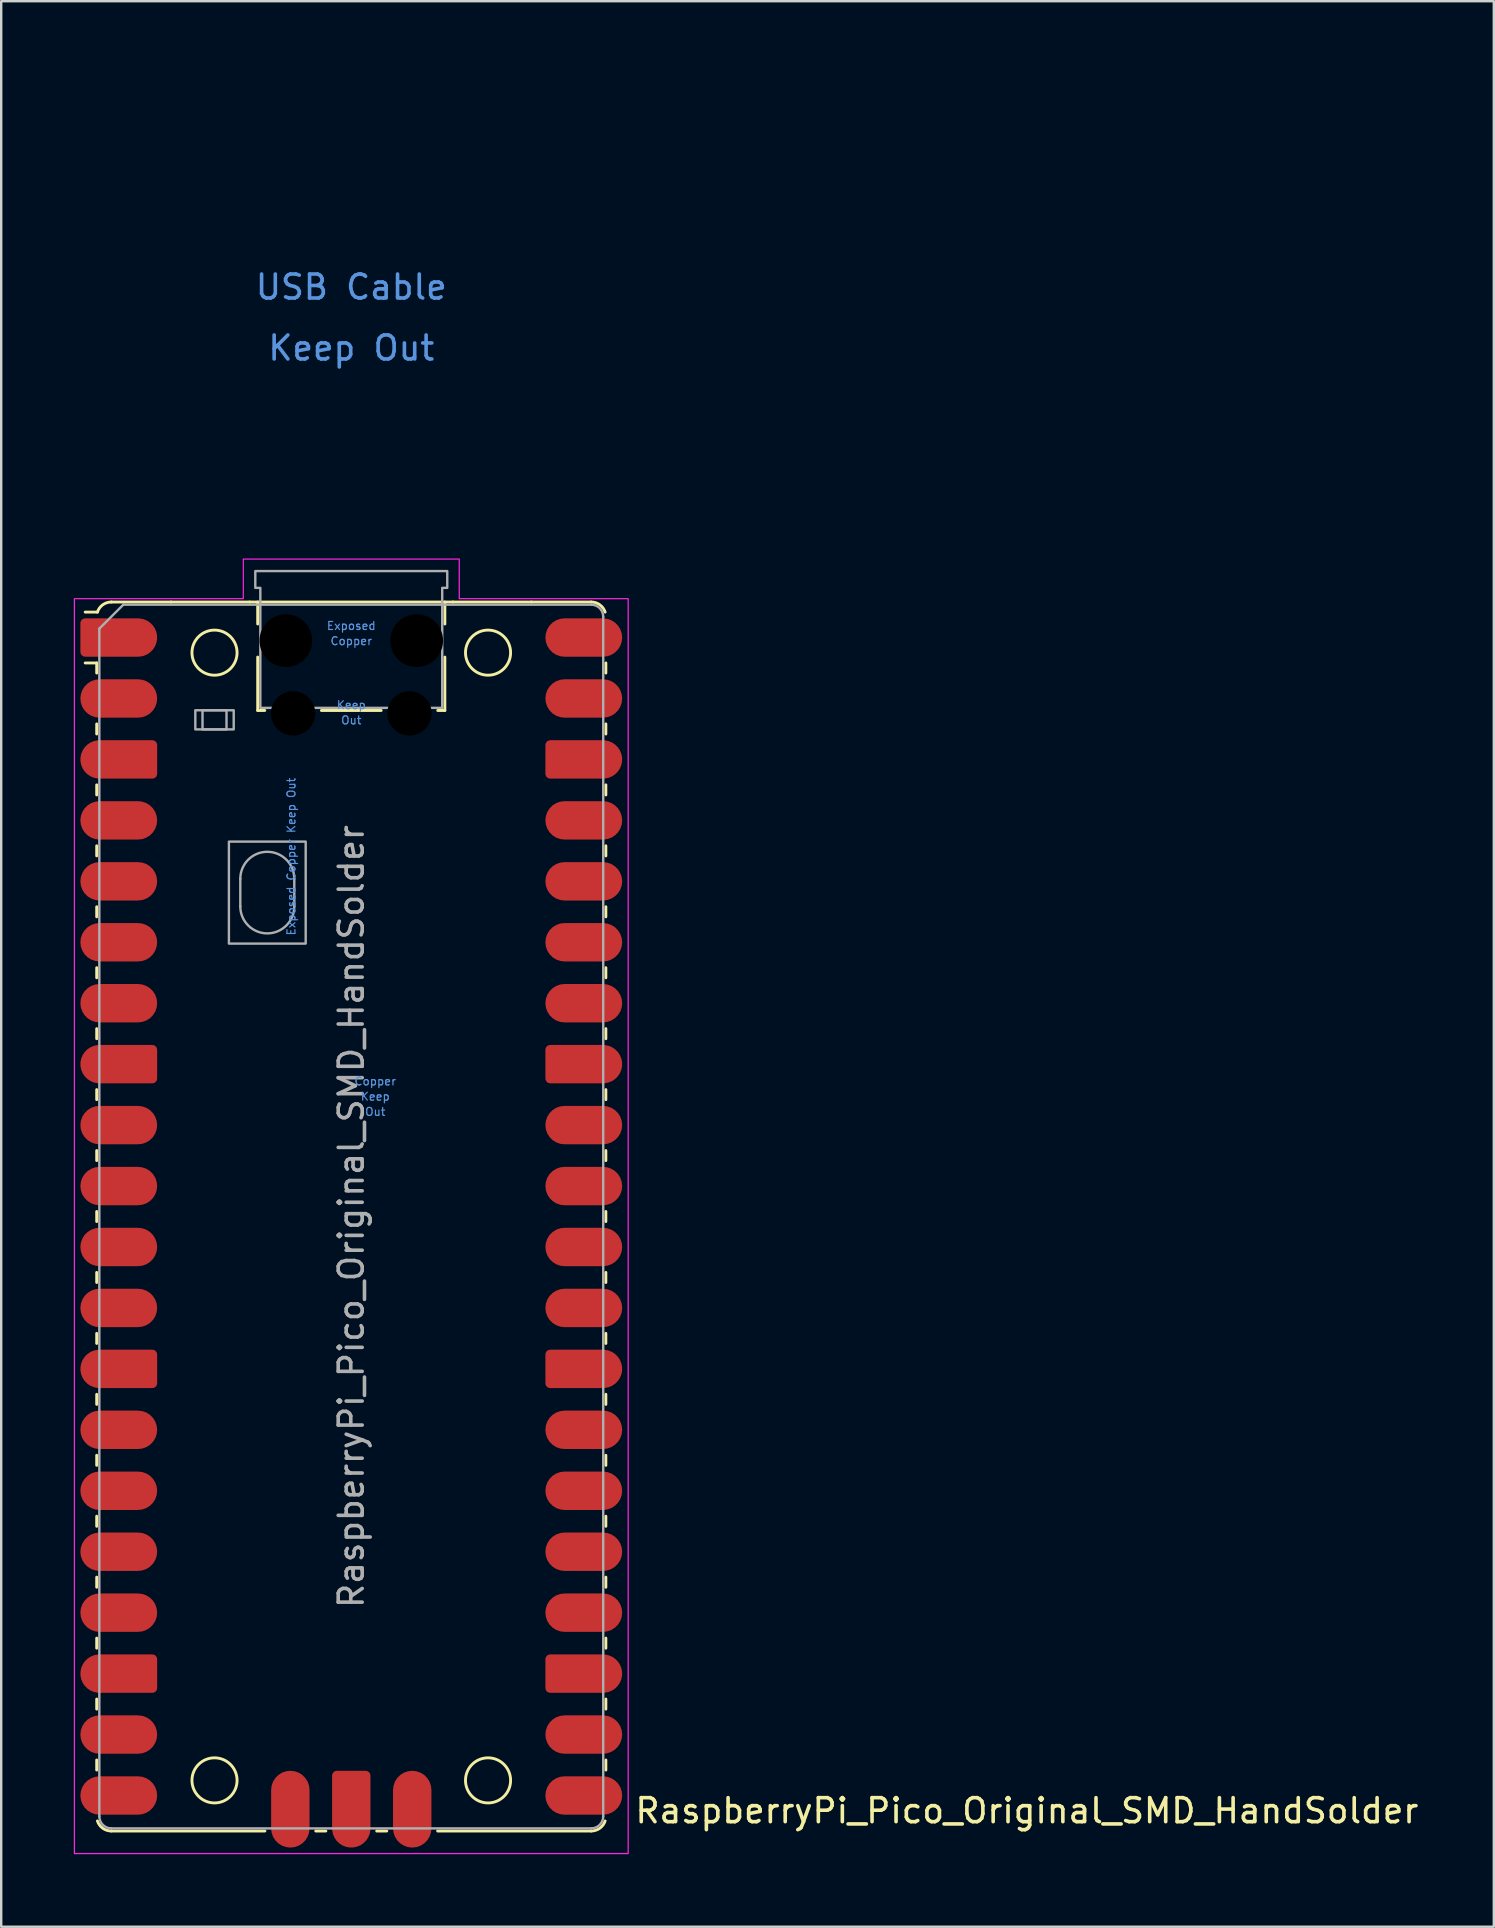
<source format=kicad_pcb>
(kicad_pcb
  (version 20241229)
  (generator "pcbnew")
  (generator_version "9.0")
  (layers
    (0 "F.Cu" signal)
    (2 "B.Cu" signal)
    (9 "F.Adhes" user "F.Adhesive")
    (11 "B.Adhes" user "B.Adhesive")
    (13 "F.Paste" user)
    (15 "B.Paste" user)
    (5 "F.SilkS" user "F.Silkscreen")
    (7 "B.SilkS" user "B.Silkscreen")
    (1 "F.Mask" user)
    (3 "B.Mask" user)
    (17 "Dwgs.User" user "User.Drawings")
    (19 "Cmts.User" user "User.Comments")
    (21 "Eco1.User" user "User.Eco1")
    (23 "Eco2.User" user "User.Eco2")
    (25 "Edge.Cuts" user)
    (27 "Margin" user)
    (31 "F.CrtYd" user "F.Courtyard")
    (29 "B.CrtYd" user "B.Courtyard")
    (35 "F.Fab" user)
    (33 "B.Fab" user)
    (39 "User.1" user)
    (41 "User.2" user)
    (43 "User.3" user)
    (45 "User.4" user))
  (footprint "RaspberryPi_Pico_Original_SMD_HandSolder"
    (layer "F.Cu")
    (at 11.59 47.65)
    (property "Reference" "RaspberryPi_Pico_Original_SMD_HandSolder" (at 11.748 24.765 0) (unlocked yes) (layer "F.SilkS") (effects (font (size 1 1) (thickness 0.15)) (justify left)))
    (attr smd)
    (fp_line (start -10.61 -23.07) (end -11.09 -23.07) (stroke (width 0.12) (type solid)) (layer "F.SilkS"))
    (fp_line (start -10.61 -23.07) (end -10.61 -22.65) (stroke (width 0.12) (type solid)) (layer "F.SilkS"))
    (fp_line (start -10.61 -20.53) (end -10.61 -20.11) (stroke (width 0.12) (type solid)) (layer "F.SilkS"))
    (fp_line (start -10.61 -17.99) (end -10.61 -17.57) (stroke (width 0.12) (type solid)) (layer "F.SilkS"))
    (fp_line (start -10.61 -15.45) (end -10.61 -15.03) (stroke (width 0.12) (type solid)) (layer "F.SilkS"))
    (fp_line (start -10.61 -12.91) (end -10.61 -12.49) (stroke (width 0.12) (type solid)) (layer "F.SilkS"))
    (fp_line (start -10.61 -10.37) (end -10.61 -9.95) (stroke (width 0.12) (type solid)) (layer "F.SilkS"))
    (fp_line (start -10.61 -7.83) (end -10.61 -7.41) (stroke (width 0.12) (type solid)) (layer "F.SilkS"))
    (fp_line (start -10.61 -5.29) (end -10.61 -4.87) (stroke (width 0.12) (type solid)) (layer "F.SilkS"))
    (fp_line (start -10.61 -2.75) (end -10.61 -2.33) (stroke (width 0.12) (type solid)) (layer "F.SilkS"))
    (fp_line (start -10.61 -0.21) (end -10.61 0.21) (stroke (width 0.12) (type solid)) (layer "F.SilkS"))
    (fp_line (start -10.61 2.33) (end -10.61 2.75) (stroke (width 0.12) (type solid)) (layer "F.SilkS"))
    (fp_line (start -10.61 4.87) (end -10.61 5.29) (stroke (width 0.12) (type solid)) (layer "F.SilkS"))
    (fp_line (start -10.61 7.41) (end -10.61 7.83) (stroke (width 0.12) (type solid)) (layer "F.SilkS"))
    (fp_line (start -10.61 9.95) (end -10.61 10.37) (stroke (width 0.12) (type solid)) (layer "F.SilkS"))
    (fp_line (start -10.61 12.49) (end -10.61 12.91) (stroke (width 0.12) (type solid)) (layer "F.SilkS"))
    (fp_line (start -10.61 15.03) (end -10.61 15.45) (stroke (width 0.12) (type solid)) (layer "F.SilkS"))
    (fp_line (start -10.61 17.57) (end -10.61 17.99) (stroke (width 0.12) (type solid)) (layer "F.SilkS"))
    (fp_line (start -10.61 20.11) (end -10.61 20.53) (stroke (width 0.12) (type solid)) (layer "F.SilkS"))
    (fp_line (start -10.61 22.65) (end -10.61 23.07) (stroke (width 0.12) (type solid)) (layer "F.SilkS"))
    (fp_line (start -10.58 -25.19) (end -11.09 -25.19) (stroke (width 0.12) (type solid)) (layer "F.SilkS"))
    (fp_line (start -10 -25.61) (end -7.51 -25.61) (stroke (width 0.12) (type solid)) (layer "F.SilkS"))
    (fp_line (start -10 25.61) (end -3.6 25.61) (stroke (width 0.12) (type solid)) (layer "F.SilkS"))
    (fp_line (start -7.51 -25.61) (end -4.235 -25.61) (stroke (width 0.12) (type solid)) (layer "F.SilkS"))
    (fp_line (start -4.235 -25.61) (end 4.235 -25.61) (stroke (width 0.12) (type solid)) (layer "F.SilkS"))
    (fp_line (start -3.9 -25.61) (end -3.9 -24.694) (stroke (width 0.12) (type solid)) (layer "F.SilkS"))
    (fp_line (start -3.9 -23.315) (end -3.9 -21.09) (stroke (width 0.12) (type solid)) (layer "F.SilkS"))
    (fp_line (start -3.9 -21.09) (end -3.604 -21.09) (stroke (width 0.12) (type solid)) (layer "F.SilkS"))
    (fp_line (start -1.48 25.61) (end -1.06 25.61) (stroke (width 0.12) (type solid)) (layer "F.SilkS"))
    (fp_line (start -1.246 -21.09) (end 1.246 -21.09) (stroke (width 0.12) (type solid)) (layer "F.SilkS"))
    (fp_line (start 1.06 25.61) (end 1.48 25.61) (stroke (width 0.12) (type solid)) (layer "F.SilkS"))
    (fp_line (start 3.6 25.61) (end 10 25.61) (stroke (width 0.12) (type solid)) (layer "F.SilkS"))
    (fp_line (start 3.604 -21.09) (end 3.9 -21.09) (stroke (width 0.12) (type solid)) (layer "F.SilkS"))
    (fp_line (start 3.9 -25.61) (end 3.9 -24.694) (stroke (width 0.12) (type solid)) (layer "F.SilkS"))
    (fp_line (start 3.9 -23.315) (end 3.9 -21.09) (stroke (width 0.12) (type solid)) (layer "F.SilkS"))
    (fp_line (start 4.235 -25.61) (end 7.51 -25.61) (stroke (width 0.12) (type solid)) (layer "F.SilkS"))
    (fp_line (start 10 -25.61) (end 7.51 -25.61) (stroke (width 0.12) (type solid)) (layer "F.SilkS"))
    (fp_line (start 10.61 -23.07) (end 10.61 -22.65) (stroke (width 0.12) (type solid)) (layer "F.SilkS"))
    (fp_line (start 10.61 -20.53) (end 10.61 -20.11) (stroke (width 0.12) (type solid)) (layer "F.SilkS"))
    (fp_line (start 10.61 -17.99) (end 10.61 -17.57) (stroke (width 0.12) (type solid)) (layer "F.SilkS"))
    (fp_line (start 10.61 -15.45) (end 10.61 -15.03) (stroke (width 0.12) (type solid)) (layer "F.SilkS"))
    (fp_line (start 10.61 -12.91) (end 10.61 -12.49) (stroke (width 0.12) (type solid)) (layer "F.SilkS"))
    (fp_line (start 10.61 -10.37) (end 10.61 -9.95) (stroke (width 0.12) (type solid)) (layer "F.SilkS"))
    (fp_line (start 10.61 -7.83) (end 10.61 -7.41) (stroke (width 0.12) (type solid)) (layer "F.SilkS"))
    (fp_line (start 10.61 -5.29) (end 10.61 -4.87) (stroke (width 0.12) (type solid)) (layer "F.SilkS"))
    (fp_line (start 10.61 -2.75) (end 10.61 -2.33) (stroke (width 0.12) (type solid)) (layer "F.SilkS"))
    (fp_line (start 10.61 -0.21) (end 10.61 0.21) (stroke (width 0.12) (type solid)) (layer "F.SilkS"))
    (fp_line (start 10.61 2.33) (end 10.61 2.75) (stroke (width 0.12) (type solid)) (layer "F.SilkS"))
    (fp_line (start 10.61 4.87) (end 10.61 5.29) (stroke (width 0.12) (type solid)) (layer "F.SilkS"))
    (fp_line (start 10.61 7.41) (end 10.61 7.83) (stroke (width 0.12) (type solid)) (layer "F.SilkS"))
    (fp_line (start 10.61 9.95) (end 10.61 10.37) (stroke (width 0.12) (type solid)) (layer "F.SilkS"))
    (fp_line (start 10.61 12.49) (end 10.61 12.91) (stroke (width 0.12) (type solid)) (layer "F.SilkS"))
    (fp_line (start 10.61 15.03) (end 10.61 15.45) (stroke (width 0.12) (type solid)) (layer "F.SilkS"))
    (fp_line (start 10.61 17.57) (end 10.61 17.99) (stroke (width 0.12) (type solid)) (layer "F.SilkS"))
    (fp_line (start 10.61 20.11) (end 10.61 20.53) (stroke (width 0.12) (type solid)) (layer "F.SilkS"))
    (fp_line (start 10.61 22.65) (end 10.61 23.07) (stroke (width 0.12) (type solid)) (layer "F.SilkS"))
    (fp_arc (start -10.579676 -25.19) (mid -10.357938 -25.493944) (end -10 -25.61) (stroke (width 0.12) (type solid)) (layer "F.SilkS"))
    (fp_arc (start -10 25.61) (mid -10.357937 25.493944) (end -10.579676 25.189937) (stroke (width 0.12) (type solid)) (layer "F.SilkS"))
    (fp_arc (start 10 -25.61) (mid 10.357937 -25.493944) (end 10.579676 -25.189937) (stroke (width 0.12) (type solid)) (layer "F.SilkS"))
    (fp_arc (start 10.579676 25.189937) (mid 10.357958 25.493991) (end 10 25.61) (stroke (width 0.12) (type solid)) (layer "F.SilkS"))
    (fp_circle (center -5.7 -23.5) (end -4.76 -23.5) (stroke (width 0.12) (type solid)) (fill no) (layer "F.SilkS"))
    (fp_circle (center -5.7 23.5) (end -4.76 23.5) (stroke (width 0.12) (type solid)) (fill no) (layer "F.SilkS"))
    (fp_circle (center 5.7 -23.5) (end 6.64 -23.5) (stroke (width 0.12) (type solid)) (fill no) (layer "F.SilkS"))
    (fp_circle (center 5.7 23.5) (end 6.64 23.5) (stroke (width 0.12) (type solid)) (fill no) (layer "F.SilkS"))
    (fp_poly (pts (xy -4.5 -27.4) (xy 4.5 -27.4) (xy 4.5 -25.75) (xy 11.54 -25.75) (xy 11.54 26.55) (xy -11.54 26.55) (xy -11.54 -25.75) (xy -4.5 -25.75)) (stroke (width 0.05) (type solid)) (fill no) (layer "F.CrtYd"))
    (fp_line (start -10.5 -24.5) (end -9.5 -25.5) (stroke (width 0.1) (type solid)) (layer "F.Fab"))
    (fp_line (start -10.5 25) (end -10.5 -24.5) (stroke (width 0.1) (type solid)) (layer "F.Fab"))
    (fp_line (start -9.5 -25.5) (end 10 -25.5) (stroke (width 0.1) (type solid)) (layer "F.Fab"))
    (fp_line (start -4.625 -14.075) (end -4.625 -12.925) (stroke (width 0.1) (type solid)) (layer "F.Fab"))
    (fp_line (start -2.375 -14.075) (end -2.375 -12.925) (stroke (width 0.1) (type solid)) (layer "F.Fab"))
    (fp_line (start 10 25.5) (end -10 25.5) (stroke (width 0.1) (type solid)) (layer "F.Fab"))
    (fp_line (start 10.5 -25) (end 10.5 25) (stroke (width 0.1) (type solid)) (layer "F.Fab"))
    (fp_rect (start -6.5 -21.1) (end -4.9 -20.3) (stroke (width 0.1) (type solid)) (fill no) (layer "F.Fab"))
    (fp_rect (start -6.2 -21.1) (end -5.2 -20.3) (stroke (width 0.1) (type solid)) (fill no) (layer "F.Fab"))
    (fp_rect (start -5.1 -15.625) (end -1.9 -11.375) (stroke (width 0.1) (type solid)) (fill no) (layer "F.Fab"))
    (fp_arc (start -10 25.5) (mid -10.353553 25.353553) (end -10.5 25) (stroke (width 0.1) (type solid)) (layer "F.Fab"))
    (fp_arc (start -4.625 -14.075) (mid -3.5 -15.2) (end -2.375 -14.075) (stroke (width 0.1) (type solid)) (layer "F.Fab"))
    (fp_arc (start -2.375 -12.925) (mid -3.5 -11.8) (end -4.625 -12.925) (stroke (width 0.1) (type solid)) (layer "F.Fab"))
    (fp_arc (start 10 -25.5) (mid 10.353553 -25.353553) (end 10.5 -25) (stroke (width 0.1) (type solid)) (layer "F.Fab"))
    (fp_arc (start 10.5 25) (mid 10.353553 25.353553) (end 10 25.5) (stroke (width 0.1) (type solid)) (layer "F.Fab"))
    (fp_poly (pts (xy 3.79 -21.2) (xy 3.79 -26.2) (xy 4 -26.2) (xy 4 -26.9) (xy -4 -26.9) (xy -4 -26.2) (xy -3.79 -26.2) (xy -3.79 -21.2)) (stroke (width 0.1) (type solid)) (fill no) (layer "F.Fab"))
    (fp_text user "Out" (at 1 -4.365 0) (unlocked yes) (layer "Cmts.User") (effects (font (size 0.333 0.333) (thickness 0.05))))
    (fp_text user "Copper" (at 0 -23.983 0) (unlocked yes) (layer "Cmts.User") (effects (font (size 0.333 0.333) (thickness 0.05))))
    (fp_text user "Exposed Copper Keep Out" (at -2.5 -15 90) (unlocked yes) (layer "Cmts.User") (effects (font (size 0.333 0.333) (thickness 0.05))))
    (fp_text user "Copper" (at 1 -5.635 0) (unlocked yes) (layer "Cmts.User") (effects (font (size 0.333 0.333) (thickness 0.05))))
    (fp_text user "Keep" (at 0 -21.317 0) (unlocked yes) (layer "Cmts.User") (effects (font (size 0.333 0.333) (thickness 0.05))))
    (fp_text user "USB Cable" (at 0 -38.735 0) (unlocked yes) (layer "Cmts.User") (effects (font (size 1 1) (thickness 0.15))))
    (fp_text user "Exposed" (at 0 -24.617 0) (unlocked yes) (layer "Cmts.User") (effects (font (size 0.333 0.333) (thickness 0.05))))
    (fp_text user "Out" (at 0 -20.683 0) (unlocked yes) (layer "Cmts.User") (effects (font (size 0.333 0.333) (thickness 0.05))))
    (fp_text user "Keep Out" (at 0 -36.195 0) (unlocked yes) (layer "Cmts.User") (effects (font (size 1 1) (thickness 0.15))))
    (fp_text user "Keep" (at 1 -5 0) (unlocked yes) (layer "Cmts.User") (effects (font (size 0.333 0.333) (thickness 0.05))))
    (fp_text user "${REFERENCE}" (at 0 0 90) (layer "F.Fab") (effects (font (size 1 1) (thickness 0.15))))
    (pad "" smd rect (at -8.89 -24.13) (size 3.8 2.2) (drill (offset -0.8 0)) (layers "F.Paste"))
    (pad "" smd rect (at -8.89 -21.59) (size 3.8 2.2) (drill (offset -0.8 0)) (layers "F.Paste"))
    (pad "" smd rect (at -8.89 -19.05) (size 3.8 2.2) (drill (offset -0.8 0)) (layers "F.Paste"))
    (pad "" smd rect (at -8.89 -16.51) (size 3.8 2.2) (drill (offset -0.8 0)) (layers "F.Paste"))
    (pad "" smd rect (at -8.89 -13.97) (size 3.8 2.2) (drill (offset -0.8 0)) (layers "F.Paste"))
    (pad "" smd rect (at -8.89 -11.43) (size 3.8 2.2) (drill (offset -0.8 0)) (layers "F.Paste"))
    (pad "" smd rect (at -8.89 -8.89) (size 3.8 2.2) (drill (offset -0.8 0)) (layers "F.Paste"))
    (pad "" smd rect (at -8.89 -6.35) (size 3.8 2.2) (drill (offset -0.8 0)) (layers "F.Paste"))
    (pad "" smd rect (at -8.89 -3.81) (size 3.8 2.2) (drill (offset -0.8 0)) (layers "F.Paste"))
    (pad "" smd rect (at -8.89 -1.27) (size 3.8 2.2) (drill (offset -0.8 0)) (layers "F.Paste"))
    (pad "" smd rect (at -8.89 1.27) (size 3.8 2.2) (drill (offset -0.8 0)) (layers "F.Paste"))
    (pad "" smd rect (at -8.89 3.81) (size 3.8 2.2) (drill (offset -0.8 0)) (layers "F.Paste"))
    (pad "" smd rect (at -8.89 6.35) (size 3.8 2.2) (drill (offset -0.8 0)) (layers "F.Paste"))
    (pad "" smd rect (at -8.89 8.89) (size 3.8 2.2) (drill (offset -0.8 0)) (layers "F.Paste"))
    (pad "" smd rect (at -8.89 11.43) (size 3.8 2.2) (drill (offset -0.8 0)) (layers "F.Paste"))
    (pad "" smd rect (at -8.89 13.97) (size 3.8 2.2) (drill (offset -0.8 0)) (layers "F.Paste"))
    (pad "" smd rect (at -8.89 16.51) (size 3.8 2.2) (drill (offset -0.8 0)) (layers "F.Paste"))
    (pad "" smd rect (at -8.89 19.05) (size 3.8 2.2) (drill (offset -0.8 0)) (layers "F.Paste"))
    (pad "" smd rect (at -8.89 21.59) (size 3.8 2.2) (drill (offset -0.8 0)) (layers "F.Paste"))
    (pad "" smd rect (at -8.89 24.13) (size 3.8 2.2) (drill (offset -0.8 0)) (layers "F.Paste"))
    (pad "" np_thru_hole circle (at -2.725 -24) (size 2.2 2.2) (drill 2.2) (layers "*.Mask"))
    (pad "" smd rect (at -2.54 23.9) (size 2.2 3.8) (drill (offset 0 0.8)) (layers "F.Paste"))
    (pad "" np_thru_hole circle (at -2.425 -20.97) (size 1.85 1.85) (drill 1.85) (layers "*.Mask"))
    (pad "" smd rect (at 0 23.9) (size 2.2 3.8) (drill (offset 0 0.8)) (layers "F.Paste"))
    (pad "" np_thru_hole circle (at 2.425 -20.97) (size 1.85 1.85) (drill 1.85) (layers "*.Mask"))
    (pad "" smd rect (at 2.54 23.9) (size 2.2 3.8) (drill (offset 0 0.8)) (layers "F.Paste"))
    (pad "" np_thru_hole circle (at 2.725 -24) (size 2.2 2.2) (drill 2.2) (layers "*.Mask"))
    (pad "" smd rect (at 8.89 -24.13) (size 3.8 2.2) (drill (offset 0.8 0)) (layers "F.Paste"))
    (pad "" smd rect (at 8.89 -21.59) (size 3.8 2.2) (drill (offset 0.8 0)) (layers "F.Paste"))
    (pad "" smd rect (at 8.89 -19.05) (size 3.8 2.2) (drill (offset 0.8 0)) (layers "F.Paste"))
    (pad "" smd rect (at 8.89 -16.51) (size 3.8 2.2) (drill (offset 0.8 0)) (layers "F.Paste"))
    (pad "" smd rect (at 8.89 -13.97) (size 3.8 2.2) (drill (offset 0.8 0)) (layers "F.Paste"))
    (pad "" smd rect (at 8.89 -11.43) (size 3.8 2.2) (drill (offset 0.8 0)) (layers "F.Paste"))
    (pad "" smd rect (at 8.89 -8.89) (size 3.8 2.2) (drill (offset 0.8 0)) (layers "F.Paste"))
    (pad "" smd rect (at 8.89 -6.35) (size 3.8 2.2) (drill (offset 0.8 0)) (layers "F.Paste"))
    (pad "" smd rect (at 8.89 -3.81) (size 3.8 2.2) (drill (offset 0.8 0)) (layers "F.Paste"))
    (pad "" smd rect (at 8.89 -1.27) (size 3.8 2.2) (drill (offset 0.8 0)) (layers "F.Paste"))
    (pad "" smd rect (at 8.89 1.27) (size 3.8 2.2) (drill (offset 0.8 0)) (layers "F.Paste"))
    (pad "" smd rect (at 8.89 3.81) (size 3.8 2.2) (drill (offset 0.8 0)) (layers "F.Paste"))
    (pad "" smd rect (at 8.89 6.35) (size 3.8 2.2) (drill (offset 0.8 0)) (layers "F.Paste"))
    (pad "" smd rect (at 8.89 8.89) (size 3.8 2.2) (drill (offset 0.8 0)) (layers "F.Paste"))
    (pad "" smd rect (at 8.89 11.43) (size 3.8 2.2) (drill (offset 0.8 0)) (layers "F.Paste"))
    (pad "" smd rect (at 8.89 13.97) (size 3.8 2.2) (drill (offset 0.8 0)) (layers "F.Paste"))
    (pad "" smd rect (at 8.89 16.51) (size 3.8 2.2) (drill (offset 0.8 0)) (layers "F.Paste"))
    (pad "" smd rect (at 8.89 19.05) (size 3.8 2.2) (drill (offset 0.8 0)) (layers "F.Paste"))
    (pad "" smd rect (at 8.89 21.59) (size 3.8 2.2) (drill (offset 0.8 0)) (layers "F.Paste"))
    (pad "" smd rect (at 8.89 24.13) (size 3.8 2.2) (drill (offset 0.8 0)) (layers "F.Paste"))
    (pad "1" smd custom (at -8.89 -24.13) (size 1.6 1.6) (layers "F.Cu" "F.Mask") (options (anchor circle)) (primitives (gr_poly (pts (xy -2.4 0.6) (xy -2.4 -0.6) (xy -2.2 -0.8) (xy 0 -0.8) (xy 0 0.8) (xy -2.2 0.8)) (width 0) (fill yes)) (gr_circle (center -2.2 0.6) (end -2 0.6) (width 0) (fill yes)) (gr_circle (center -2.2 -0.6) (end -2 -0.6) (width 0) (fill yes))))
    (pad "2" smd roundrect (at -8.89 -21.59) (size 3.2 1.6) (drill (offset -0.8 0)) (layers "F.Cu" "F.Mask") (roundrect_rratio 0.5))
    (pad "3" smd custom (at -8.89 -19.05) (size 1.6 1.6) (layers "F.Cu" "F.Mask") (options (anchor circle)) (primitives (gr_poly (pts (xy 0.8 -0.6) (xy 0.8 0.6) (xy 0.6 0.8) (xy -1.6 0.8) (xy -1.6 -0.8) (xy 0.6 -0.8)) (width 0) (fill yes)) (gr_circle (center 0.6 0.6) (end 0.8 0.6) (width 0) (fill yes)) (gr_circle (center 0.6 -0.6) (end 0.8 -0.6) (width 0) (fill yes)) (gr_circle (center -1.6 0) (end -0.8 0) (width 0) (fill yes))))
    (pad "4" smd roundrect (at -8.89 -16.51) (size 3.2 1.6) (drill (offset -0.8 0)) (layers "F.Cu" "F.Mask") (roundrect_rratio 0.5))
    (pad "5" smd roundrect (at -8.89 -13.97) (size 3.2 1.6) (drill (offset -0.8 0)) (layers "F.Cu" "F.Mask") (roundrect_rratio 0.5))
    (pad "6" smd roundrect (at -8.89 -11.43) (size 3.2 1.6) (drill (offset -0.8 0)) (layers "F.Cu" "F.Mask") (roundrect_rratio 0.5))
    (pad "7" smd roundrect (at -8.89 -8.89) (size 3.2 1.6) (drill (offset -0.8 0)) (layers "F.Cu" "F.Mask") (roundrect_rratio 0.5))
    (pad "8" smd custom (at -8.89 -6.35) (size 1.6 1.6) (layers "F.Cu" "F.Mask") (options (anchor circle)) (primitives (gr_poly (pts (xy 0.8 -0.6) (xy 0.8 0.6) (xy 0.6 0.8) (xy -1.6 0.8) (xy -1.6 -0.8) (xy 0.6 -0.8)) (width 0) (fill yes)) (gr_circle (center 0.6 0.6) (end 0.8 0.6) (width 0) (fill yes)) (gr_circle (center 0.6 -0.6) (end 0.8 -0.6) (width 0) (fill yes)) (gr_circle (center -1.6 0) (end -0.8 0) (width 0) (fill yes))))
    (pad "9" smd roundrect (at -8.89 -3.81) (size 3.2 1.6) (drill (offset -0.8 0)) (layers "F.Cu" "F.Mask") (roundrect_rratio 0.5))
    (pad "10" smd roundrect (at -8.89 -1.27) (size 3.2 1.6) (drill (offset -0.8 0)) (layers "F.Cu" "F.Mask") (roundrect_rratio 0.5))
    (pad "11" smd roundrect (at -8.89 1.27) (size 3.2 1.6) (drill (offset -0.8 0)) (layers "F.Cu" "F.Mask") (roundrect_rratio 0.5))
    (pad "12" smd roundrect (at -8.89 3.81) (size 3.2 1.6) (drill (offset -0.8 0)) (layers "F.Cu" "F.Mask") (roundrect_rratio 0.5))
    (pad "13" smd custom (at -8.89 6.35) (size 1.6 1.6) (layers "F.Cu" "F.Mask") (options (anchor circle)) (primitives (gr_poly (pts (xy 0.8 -0.6) (xy 0.8 0.6) (xy 0.6 0.8) (xy -1.6 0.8) (xy -1.6 -0.8) (xy 0.6 -0.8)) (width 0) (fill yes)) (gr_circle (center 0.6 0.6) (end 0.8 0.6) (width 0) (fill yes)) (gr_circle (center 0.6 -0.6) (end 0.8 -0.6) (width 0) (fill yes)) (gr_circle (center -1.6 0) (end -0.8 0) (width 0) (fill yes))))
    (pad "14" smd roundrect (at -8.89 8.89) (size 3.2 1.6) (drill (offset -0.8 0)) (layers "F.Cu" "F.Mask") (roundrect_rratio 0.5))
    (pad "15" smd roundrect (at -8.89 11.43) (size 3.2 1.6) (drill (offset -0.8 0)) (layers "F.Cu" "F.Mask") (roundrect_rratio 0.5))
    (pad "16" smd roundrect (at -8.89 13.97) (size 3.2 1.6) (drill (offset -0.8 0)) (layers "F.Cu" "F.Mask") (roundrect_rratio 0.5))
    (pad "17" smd roundrect (at -8.89 16.51) (size 3.2 1.6) (drill (offset -0.8 0)) (layers "F.Cu" "F.Mask") (roundrect_rratio 0.5))
    (pad "18" smd custom (at -8.89 19.05) (size 1.6 1.6) (layers "F.Cu" "F.Mask") (options (anchor circle)) (primitives (gr_poly (pts (xy 0.8 -0.6) (xy 0.8 0.6) (xy 0.6 0.8) (xy -1.6 0.8) (xy -1.6 -0.8) (xy 0.6 -0.8)) (width 0) (fill yes)) (gr_circle (center 0.6 0.6) (end 0.8 0.6) (width 0) (fill yes)) (gr_circle (center 0.6 -0.6) (end 0.8 -0.6) (width 0) (fill yes)) (gr_circle (center -1.6 0) (end -0.8 0) (width 0) (fill yes))))
    (pad "19" smd roundrect (at -8.89 21.59) (size 3.2 1.6) (drill (offset -0.8 0)) (layers "F.Cu" "F.Mask") (roundrect_rratio 0.5))
    (pad "20" smd roundrect (at -8.89 24.13) (size 3.2 1.6) (drill (offset -0.8 0)) (layers "F.Cu" "F.Mask") (roundrect_rratio 0.5))
    (pad "21" smd roundrect (at 8.89 24.13) (size 3.2 1.6) (drill (offset 0.8 0)) (layers "F.Cu" "F.Mask") (roundrect_rratio 0.5))
    (pad "22" smd roundrect (at 8.89 21.59) (size 3.2 1.6) (drill (offset 0.8 0)) (layers "F.Cu" "F.Mask") (roundrect_rratio 0.5))
    (pad "23" smd custom (at 8.89 19.05) (size 1.6 1.6) (layers "F.Cu" "F.Mask") (options (anchor circle)) (primitives (gr_poly (pts (xy -0.8 -0.6) (xy -0.8 0.6) (xy -0.6 0.8) (xy 1.6 0.8) (xy 1.6 -0.8) (xy -0.6 -0.8)) (width 0) (fill yes)) (gr_circle (center -0.6 0.6) (end -0.4 0.6) (width 0) (fill yes)) (gr_circle (center -0.6 -0.6) (end -0.4 -0.6) (width 0) (fill yes)) (gr_circle (center 1.6 0) (end 2.4 0) (width 0) (fill yes))))
    (pad "24" smd roundrect (at 8.89 16.51) (size 3.2 1.6) (drill (offset 0.8 0)) (layers "F.Cu" "F.Mask") (roundrect_rratio 0.5))
    (pad "25" smd roundrect (at 8.89 13.97) (size 3.2 1.6) (drill (offset 0.8 0)) (layers "F.Cu" "F.Mask") (roundrect_rratio 0.5))
    (pad "26" smd roundrect (at 8.89 11.43) (size 3.2 1.6) (drill (offset 0.8 0)) (layers "F.Cu" "F.Mask") (roundrect_rratio 0.5))
    (pad "27" smd roundrect (at 8.89 8.89) (size 3.2 1.6) (drill (offset 0.8 0)) (layers "F.Cu" "F.Mask") (roundrect_rratio 0.5))
    (pad "28" smd custom (at 8.89 6.35) (size 1.6 1.6) (layers "F.Cu" "F.Mask") (options (anchor circle)) (primitives (gr_poly (pts (xy -0.8 -0.6) (xy -0.8 0.6) (xy -0.6 0.8) (xy 1.6 0.8) (xy 1.6 -0.8) (xy -0.6 -0.8)) (width 0) (fill yes)) (gr_circle (center -0.6 0.6) (end -0.4 0.6) (width 0) (fill yes)) (gr_circle (center -0.6 -0.6) (end -0.4 -0.6) (width 0) (fill yes)) (gr_circle (center 1.6 0) (end 2.4 0) (width 0) (fill yes))))
    (pad "29" smd roundrect (at 8.89 3.81) (size 3.2 1.6) (drill (offset 0.8 0)) (layers "F.Cu" "F.Mask") (roundrect_rratio 0.5))
    (pad "30" smd roundrect (at 8.89 1.27) (size 3.2 1.6) (drill (offset 0.8 0)) (layers "F.Cu" "F.Mask") (roundrect_rratio 0.5))
    (pad "31" smd roundrect (at 8.89 -1.27) (size 3.2 1.6) (drill (offset 0.8 0)) (layers "F.Cu" "F.Mask") (roundrect_rratio 0.5))
    (pad "32" smd roundrect (at 8.89 -3.81) (size 3.2 1.6) (drill (offset 0.8 0)) (layers "F.Cu" "F.Mask") (roundrect_rratio 0.5))
    (pad "33" smd custom (at 8.89 -6.35) (size 1.6 1.6) (layers "F.Cu" "F.Mask") (options (anchor circle)) (primitives (gr_poly (pts (xy -0.8 -0.6) (xy -0.8 0.6) (xy -0.6 0.8) (xy 1.6 0.8) (xy 1.6 -0.8) (xy -0.6 -0.8)) (width 0) (fill yes)) (gr_circle (center -0.6 0.6) (end -0.4 0.6) (width 0) (fill yes)) (gr_circle (center -0.6 -0.6) (end -0.4 -0.6) (width 0) (fill yes)) (gr_circle (center 1.6 0) (end 2.4 0) (width 0) (fill yes))))
    (pad "34" smd roundrect (at 8.89 -8.89) (size 3.2 1.6) (drill (offset 0.8 0)) (layers "F.Cu" "F.Mask") (roundrect_rratio 0.5))
    (pad "35" smd roundrect (at 8.89 -11.43) (size 3.2 1.6) (drill (offset 0.8 0)) (layers "F.Cu" "F.Mask") (roundrect_rratio 0.5))
    (pad "36" smd roundrect (at 8.89 -13.97) (size 3.2 1.6) (drill (offset 0.8 0)) (layers "F.Cu" "F.Mask") (roundrect_rratio 0.5))
    (pad "37" smd roundrect (at 8.89 -16.51) (size 3.2 1.6) (drill (offset 0.8 0)) (layers "F.Cu" "F.Mask") (roundrect_rratio 0.5))
    (pad "38" smd custom (at 8.89 -19.05) (size 1.6 1.6) (layers "F.Cu" "F.Mask") (options (anchor circle)) (primitives (gr_poly (pts (xy -0.8 -0.6) (xy -0.8 0.6) (xy -0.6 0.8) (xy 1.6 0.8) (xy 1.6 -0.8) (xy -0.6 -0.8)) (width 0) (fill yes)) (gr_circle (center -0.6 0.6) (end -0.4 0.6) (width 0) (fill yes)) (gr_circle (center -0.6 -0.6) (end -0.4 -0.6) (width 0) (fill yes)) (gr_circle (center 1.6 0) (end 2.4 0) (width 0) (fill yes))))
    (pad "39" smd roundrect (at 8.89 -21.59) (size 3.2 1.6) (drill (offset 0.8 0)) (layers "F.Cu" "F.Mask") (roundrect_rratio 0.5))
    (pad "40" smd roundrect (at 8.89 -24.13) (size 3.2 1.6) (drill (offset 0.8 0)) (layers "F.Cu" "F.Mask") (roundrect_rratio 0.5))
    (pad "D1" smd roundrect (at -2.54 23.9 90) (size 3.2 1.6) (drill (offset -0.8 0)) (layers "F.Cu" "F.Mask") (roundrect_rratio 0.5))
    (pad "D2" smd custom (at 0 23.9 270) (size 1.6 1.6) (layers "F.Cu" "F.Mask") (options (anchor circle)) (primitives (gr_poly (pts (xy -0.8 -0.6) (xy -0.8 0.6) (xy -0.6 0.8) (xy 1.6 0.8) (xy 1.6 -0.8) (xy -0.6 -0.8)) (width 0) (fill yes)) (gr_circle (center -0.6 0.6) (end -0.4 0.6) (width 0) (fill yes)) (gr_circle (center -0.6 -0.6) (end -0.4 -0.6) (width 0) (fill yes)) (gr_circle (center 1.6 0) (end 2.4 0) (width 0) (fill yes))))
    (pad "D3" smd roundrect (at 2.54 23.9 90) (size 3.2 1.6) (drill (offset -0.8 0)) (layers "F.Cu" "F.Mask") (roundrect_rratio 0.5))
    (zone (net_name "") (layers "F.Cu" "F.Paste") (name "Pad Keep Out TP4") (hatch full 0.5) (connect_pads) (min_thickness 0.25) (filled_areas_thickness no) (keepout (tracks not_allowed) (vias not_allowed) (pads not_allowed) (copperpour not_allowed) (footprints allowed)) (placement (enabled no)) (fill) (polygon (pts (xy 8.574 31.098) (xy 8.448 31.064) (xy 8.334 30.998) (xy 8.242 30.906) (xy 8.176 30.792) (xy 8.142 30.666) (xy 8.14 30.6) (xy 8.14 30.15) (xy 10.04 30.15) (xy 10.04 30.6) (xy 10.038 30.666) (xy 10.004 30.792) (xy 9.938 30.906) (xy 9.846 30.998) (xy 9.732 31.064) (xy 9.606 31.098) (xy 9.54 31.1) (xy 8.64 31.1))))
    (zone (net_name "") (layers "F.Cu" "F.Paste") (name "Pad Keep Out TP5") (hatch full 0.5) (connect_pads) (min_thickness 0.25) (filled_areas_thickness no) (keepout (tracks not_allowed) (vias not_allowed) (pads not_allowed) (copperpour not_allowed) (footprints allowed)) (placement (enabled no)) (fill) (polygon (pts (xy 8.574 33.598) (xy 8.448 33.564) (xy 8.334 33.498) (xy 8.242 33.406) (xy 8.176 33.292) (xy 8.142 33.166) (xy 8.14 33.1) (xy 8.14 32.65) (xy 10.04 32.65) (xy 10.04 33.1) (xy 10.038 33.166) (xy 10.004 33.292) (xy 9.938 33.406) (xy 9.846 33.498) (xy 9.732 33.564) (xy 9.606 33.598) (xy 9.54 33.6) (xy 8.64 33.6))))
    (zone (net_name "") (layers "F.Cu" "F.Paste") (name "Pad Keep Out TP6") (hatch full 0.5) (connect_pads) (min_thickness 0.25) (filled_areas_thickness no) (keepout (tracks not_allowed) (vias not_allowed) (pads not_allowed) (copperpour not_allowed) (footprints allowed)) (placement (enabled no)) (fill) (polygon (pts (xy 8.574 36.098) (xy 8.448 36.064) (xy 8.334 35.998) (xy 8.242 35.906) (xy 8.176 35.792) (xy 8.142 35.666) (xy 8.14 35.6) (xy 8.14 35.15) (xy 10.04 35.15) (xy 10.04 35.6) (xy 10.038 35.666) (xy 10.004 35.792) (xy 9.938 35.906) (xy 9.846 35.998) (xy 9.732 36.064) (xy 9.606 36.098) (xy 9.54 36.1) (xy 8.64 36.1))))
    (zone (net_name "") (layers "F.Cu" "F.Paste") (name "Pad Keep Out TP3") (hatch full 0.5) (connect_pads) (min_thickness 0.25) (filled_areas_thickness no) (keepout (tracks not_allowed) (vias not_allowed) (pads not_allowed) (copperpour not_allowed) (footprints allowed)) (placement (enabled no)) (fill) (polygon (pts (xy 9.642 22.834) (xy 9.676 22.708) (xy 9.742 22.594) (xy 9.834 22.502) (xy 9.948 22.436) (xy 10.074 22.402) (xy 10.14 22.4) (xy 10.59 22.4) (xy 10.59 24.3) (xy 10.14 24.3) (xy 10.074 24.298) (xy 9.948 24.264) (xy 9.834 24.198) (xy 9.742 24.106) (xy 9.676 23.992) (xy 9.642 23.866) (xy 9.64 23.8) (xy 9.64 22.9))))
    (zone (net_name "") (layers "F.Cu" "F.Paste") (name "Pad Keep Out TP4") (hatch full 0.5) (connect_pads) (min_thickness 0.25) (filled_areas_thickness no) (keepout (tracks not_allowed) (vias not_allowed) (pads not_allowed) (copperpour not_allowed) (footprints allowed)) (placement (enabled no)) (fill) (polygon (pts (xy 10.04 30.15) (xy 10.04 29.7) (xy 10.038 29.634) (xy 10.004 29.508) (xy 9.938 29.394) (xy 9.846 29.302) (xy 9.732 29.236) (xy 9.606 29.202) (xy 9.54 29.2) (xy 8.64 29.2) (xy 8.574 29.202) (xy 8.448 29.236) (xy 8.334 29.302) (xy 8.242 29.394) (xy 8.176 29.508) (xy 8.142 29.634) (xy 8.14 29.7) (xy 8.14 30.15))))
    (zone (net_name "") (layers "F.Cu" "F.Paste") (name "Pad Keep Out TP5") (hatch full 0.5) (connect_pads) (min_thickness 0.25) (filled_areas_thickness no) (keepout (tracks not_allowed) (vias not_allowed) (pads not_allowed) (copperpour not_allowed) (footprints allowed)) (placement (enabled no)) (fill) (polygon (pts (xy 10.04 32.65) (xy 10.04 32.2) (xy 10.038 32.134) (xy 10.004 32.008) (xy 9.938 31.894) (xy 9.846 31.802) (xy 9.732 31.736) (xy 9.606 31.702) (xy 9.54 31.7) (xy 8.64 31.7) (xy 8.574 31.702) (xy 8.448 31.736) (xy 8.334 31.802) (xy 8.242 31.894) (xy 8.176 32.008) (xy 8.142 32.134) (xy 8.14 32.2) (xy 8.14 32.65))))
    (zone (net_name "") (layers "F.Cu" "F.Paste") (name "Pad Keep Out TP6") (hatch full 0.5) (connect_pads) (min_thickness 0.25) (filled_areas_thickness no) (keepout (tracks not_allowed) (vias not_allowed) (pads not_allowed) (copperpour not_allowed) (footprints allowed)) (placement (enabled no)) (fill) (polygon (pts (xy 10.04 35.15) (xy 10.04 34.7) (xy 10.038 34.634) (xy 10.004 34.508) (xy 9.938 34.394) (xy 9.846 34.302) (xy 9.732 34.236) (xy 9.606 34.202) (xy 9.54 34.2) (xy 8.64 34.2) (xy 8.574 34.202) (xy 8.448 34.236) (xy 8.334 34.302) (xy 8.242 34.394) (xy 8.176 34.508) (xy 8.142 34.634) (xy 8.14 34.7) (xy 8.14 35.15))))
    (zone (net_name "") (layers "F.Cu" "F.Paste") (name "Pad Keep Out TP3") (hatch full 0.5) (connect_pads) (min_thickness 0.25) (filled_areas_thickness no) (keepout (tracks not_allowed) (vias not_allowed) (pads not_allowed) (copperpour not_allowed) (footprints allowed)) (placement (enabled no)) (fill) (polygon (pts (xy 10.59 24.3) (xy 11.04 24.3) (xy 11.106 24.298) (xy 11.232 24.264) (xy 11.346 24.198) (xy 11.438 24.106) (xy 11.504 23.992) (xy 11.538 23.866) (xy 11.54 23.8) (xy 11.54 22.9) (xy 11.538 22.834) (xy 11.504 22.708) (xy 11.438 22.594) (xy 11.346 22.502) (xy 11.232 22.436) (xy 11.106 22.402) (xy 11.04 22.4) (xy 10.59 22.4))))
    (zone (net_name "") (layers "F.Cu" "F.Paste") (name "Pad Keep Out TP1") (hatch full 0.5) (connect_pads) (min_thickness 0.25) (filled_areas_thickness no) (keepout (tracks not_allowed) (vias not_allowed) (pads not_allowed) (copperpour not_allowed) (footprints allowed)) (placement (enabled no)) (fill) (polygon (pts (xy 10.642 26.134) (xy 10.676 26.008) (xy 10.742 25.894) (xy 10.834 25.802) (xy 10.948 25.736) (xy 11.074 25.702) (xy 11.14 25.7) (xy 11.59 25.7) (xy 11.59 27.6) (xy 11.14 27.6) (xy 11.074 27.598) (xy 10.948 27.564) (xy 10.834 27.498) (xy 10.742 27.406) (xy 10.676 27.292) (xy 10.642 27.166) (xy 10.64 27.1) (xy 10.64 26.2))))
    (zone (net_name "") (layers "F.Cu" "F.Paste") (name "Pad Keep Out TP1") (hatch full 0.5) (connect_pads) (min_thickness 0.25) (filled_areas_thickness no) (keepout (tracks not_allowed) (vias not_allowed) (pads not_allowed) (copperpour not_allowed) (footprints allowed)) (placement (enabled no)) (fill) (polygon (pts (xy 11.59 27.6) (xy 12.04 27.6) (xy 12.106 27.598) (xy 12.232 27.564) (xy 12.346 27.498) (xy 12.438 27.406) (xy 12.504 27.292) (xy 12.538 27.166) (xy 12.54 27.1) (xy 12.54 26.2) (xy 12.538 26.134) (xy 12.504 26.008) (xy 12.438 25.894) (xy 12.346 25.802) (xy 12.232 25.736) (xy 12.106 25.702) (xy 12.04 25.7) (xy 11.59 25.7))))
    (zone (net_name "") (layers "F.Cu" "F.Paste") (name "Pad Keep Out TP2") (hatch full 0.5) (connect_pads) (min_thickness 0.25) (filled_areas_thickness no) (keepout (tracks not_allowed) (vias not_allowed) (pads not_allowed) (copperpour not_allowed) (footprints allowed)) (placement (enabled no)) (fill) (polygon (pts (xy 11.642 22.849) (xy 11.676 22.723) (xy 11.742 22.609) (xy 11.834 22.517) (xy 11.948 22.451) (xy 12.074 22.417) (xy 12.14 22.415) (xy 12.59 22.415) (xy 12.59 24.315) (xy 12.14 24.315) (xy 12.074 24.313) (xy 11.948 24.279) (xy 11.834 24.213) (xy 11.742 24.121) (xy 11.676 24.007) (xy 11.642 23.881) (xy 11.64 23.815) (xy 11.64 22.915))))
    (zone (net_name "") (layers "F.Cu" "F.Paste") (name "Pad Keep Out TP7") (hatch full 0.5) (connect_pads) (min_thickness 0.25) (filled_areas_thickness no) (keepout (tracks not_allowed) (vias not_allowed) (pads not_allowed) (copperpour not_allowed) (footprints allowed)) (placement (enabled no)) (fill) (polygon (pts (xy 11.642 42.134) (xy 11.676 42.008) (xy 11.742 41.894) (xy 11.834 41.802) (xy 11.948 41.736) (xy 12.074 41.702) (xy 12.14 41.7) (xy 12.59 41.7) (xy 12.59 43.6) (xy 12.14 43.6) (xy 12.074 43.598) (xy 11.948 43.564) (xy 11.834 43.498) (xy 11.742 43.406) (xy 11.676 43.292) (xy 11.642 43.166) (xy 11.64 43.1) (xy 11.64 42.2))))
    (zone (net_name "") (layers "F.Cu" "F.Paste") (name "Pad Keep Out TP2") (hatch full 0.5) (connect_pads) (min_thickness 0.25) (filled_areas_thickness no) (keepout (tracks not_allowed) (vias not_allowed) (pads not_allowed) (copperpour not_allowed) (footprints allowed)) (placement (enabled no)) (fill) (polygon (pts (xy 12.59 24.315) (xy 13.04 24.315) (xy 13.106 24.313) (xy 13.232 24.279) (xy 13.346 24.213) (xy 13.438 24.121) (xy 13.504 24.007) (xy 13.538 23.881) (xy 13.54 23.815) (xy 13.54 22.915) (xy 13.538 22.849) (xy 13.504 22.723) (xy 13.438 22.609) (xy 13.346 22.517) (xy 13.232 22.451) (xy 13.106 22.417) (xy 13.04 22.415) (xy 12.59 22.415))))
    (zone (net_name "") (layers "F.Cu" "F.Paste") (name "Pad Keep Out TP7") (hatch full 0.5) (connect_pads) (min_thickness 0.25) (filled_areas_thickness no) (keepout (tracks not_allowed) (vias not_allowed) (pads not_allowed) (copperpour not_allowed) (footprints allowed)) (placement (enabled no)) (fill) (polygon (pts (xy 12.59 43.6) (xy 13.04 43.6) (xy 13.106 43.598) (xy 13.232 43.564) (xy 13.346 43.498) (xy 13.438 43.406) (xy 13.504 43.292) (xy 13.538 43.166) (xy 13.54 43.1) (xy 13.54 42.2) (xy 13.538 42.134) (xy 13.504 42.008) (xy 13.438 41.894) (xy 13.346 41.802) (xy 13.232 41.736) (xy 13.106 41.702) (xy 13.04 41.7) (xy 12.59 41.7))))
    (zone (net_name "") (layer "Edge.Cuts") (name "Board Keep Out USB Cable") (hatch edge 0.5) (connect_pads) (min_thickness 0.254) (filled_areas_thickness no) (keepout (tracks allowed) (vias allowed) (pads allowed) (copperpour allowed) (footprints allowed)) (placement (enabled no)) (fill) (polygon (pts (xy 5.39 0) (xy 17.79 0) (xy 17.79 20.4) (xy 5.39 20.4))))
    (zone (net_name "") (layer "F.CrtYd") (name "USB Cable Keep Out") (hatch full 0.5) (connect_pads) (min_thickness 0.254) (filled_areas_thickness no) (keepout (tracks allowed) (vias allowed) (pads allowed) (copperpour allowed) (footprints not_allowed)) (placement (enabled no)) (fill) (polygon (pts (xy 5.84 19.95) (xy 7.65 19.95) (xy 7.65 20.25) (xy 15.53 20.25) (xy 15.53 19.95) (xy 17.34 19.95) (xy 17.34 0.45) (xy 5.84 0.45)))))
  (gr_rect
    (start -3 -3)
    (end 59.207 77.25)
    (stroke (width 0.1) (type default))
    (fill no)
    (layer "Edge.Cuts")))
</source>
